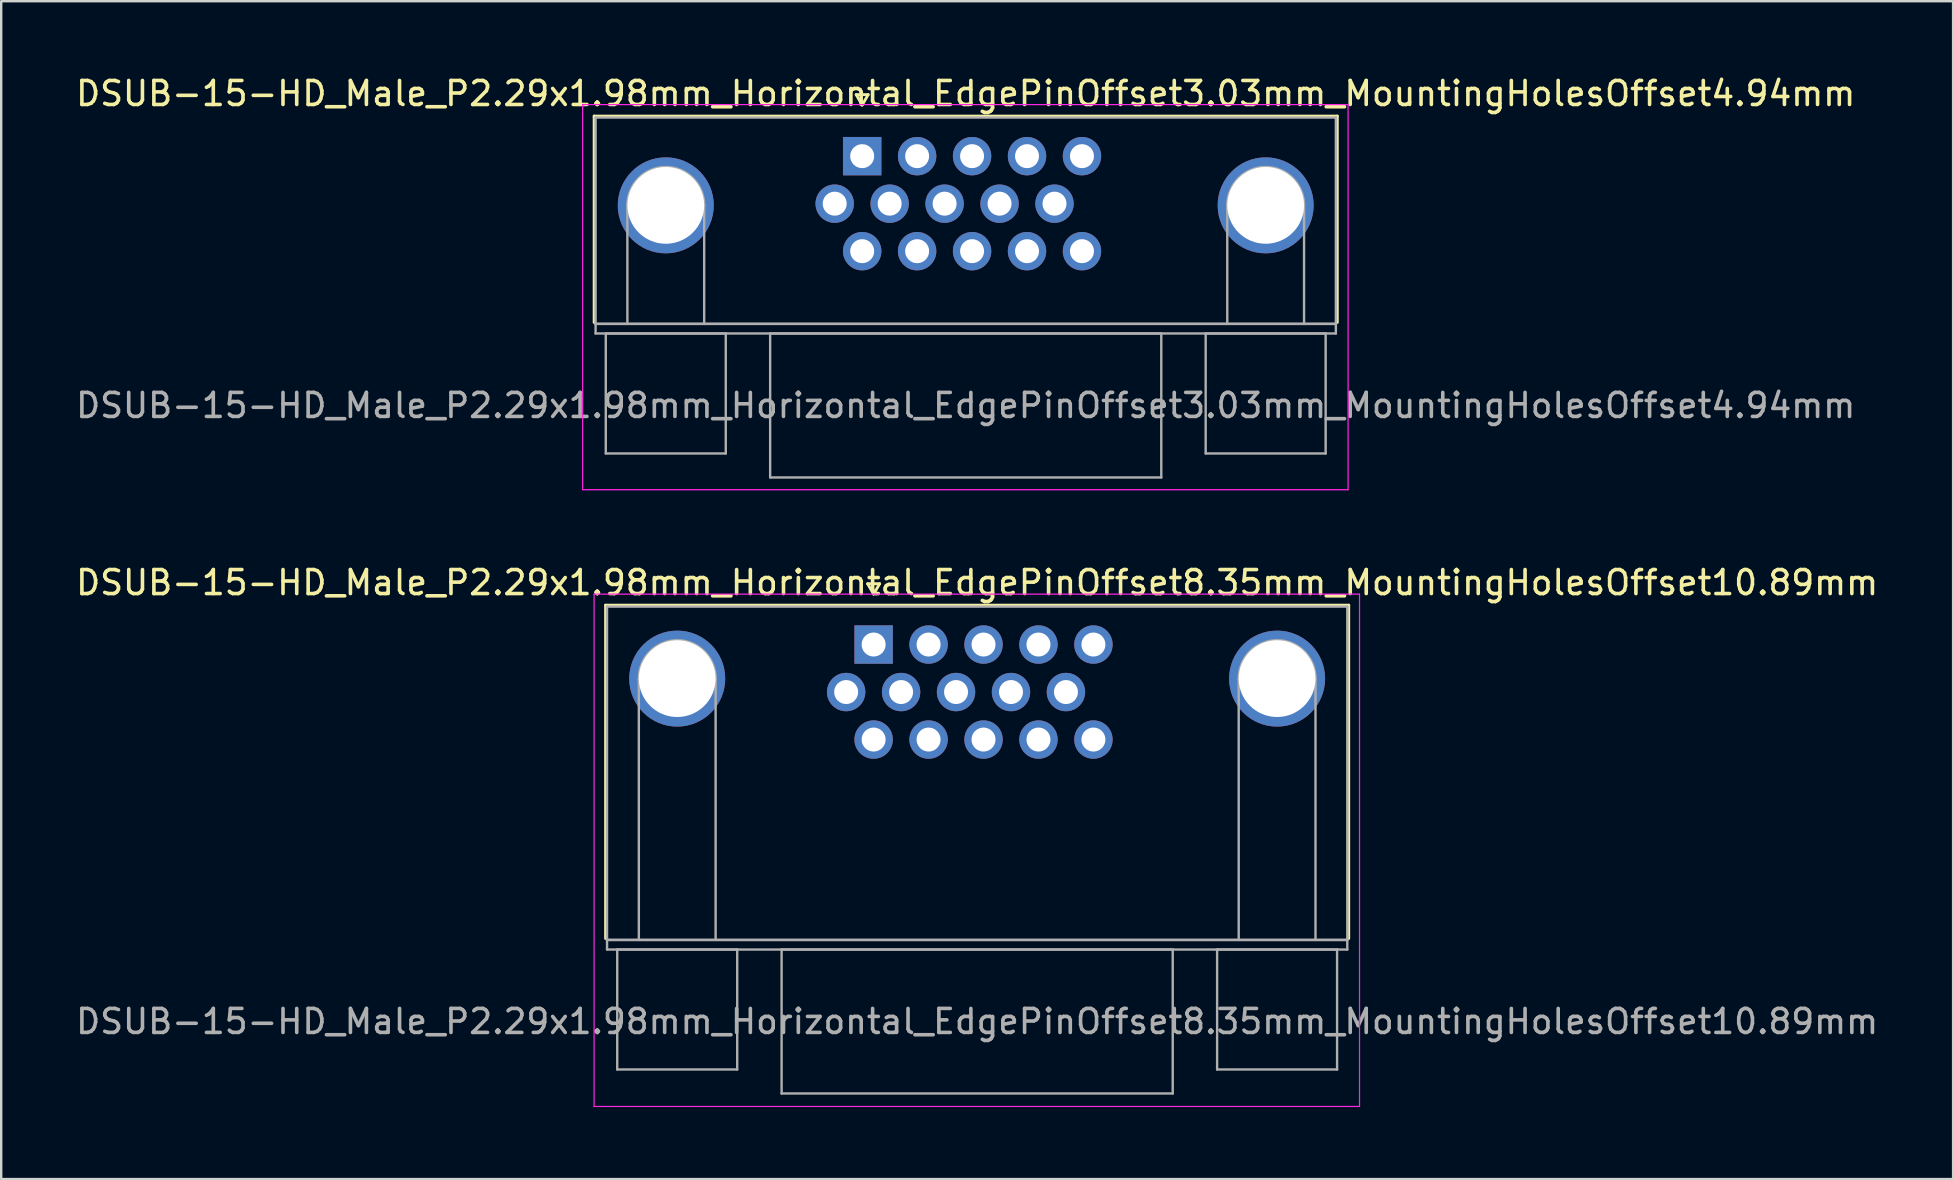
<source format=kicad_pcb>
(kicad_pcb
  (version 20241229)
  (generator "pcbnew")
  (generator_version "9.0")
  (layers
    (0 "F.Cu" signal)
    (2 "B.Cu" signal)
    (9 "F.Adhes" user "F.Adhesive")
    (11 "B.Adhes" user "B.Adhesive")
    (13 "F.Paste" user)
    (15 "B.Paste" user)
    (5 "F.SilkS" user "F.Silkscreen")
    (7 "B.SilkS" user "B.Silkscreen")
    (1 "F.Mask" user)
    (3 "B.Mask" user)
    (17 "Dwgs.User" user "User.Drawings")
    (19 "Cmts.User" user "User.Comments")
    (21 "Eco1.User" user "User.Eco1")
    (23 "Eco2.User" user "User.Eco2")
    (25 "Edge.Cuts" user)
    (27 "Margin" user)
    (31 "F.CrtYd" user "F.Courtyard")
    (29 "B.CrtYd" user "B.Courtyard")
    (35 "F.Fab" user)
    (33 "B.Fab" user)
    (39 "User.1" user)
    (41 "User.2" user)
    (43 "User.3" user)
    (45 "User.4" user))
  (footprint "DSUB-15-HD_Male_P2.29x1.98mm_Horizontal_EdgePinOffset3.03mm_MountingHolesOffset4.94mm"
    (layer "F.Cu")
    (at 32.881 3.458)
    (property "Reference" "DSUB-15-HD_Male_P2.29x1.98mm_Horizontal_EdgePinOffset3.03mm_MountingHolesOffset4.94mm" (at 4.315 -2.61 0) (layer "F.SilkS") (effects (font (size 1 1) (thickness 0.15))))
    (attr through_hole)
    (fp_line (start -11.17 -1.67) (end 19.8 -1.67) (stroke (width 0.12) (type solid)) (layer "F.SilkS"))
    (fp_line (start -11.17 6.93) (end -11.17 -1.67) (stroke (width 0.12) (type solid)) (layer "F.SilkS"))
    (fp_line (start -0.25 -2.564) (end 0.25 -2.564) (stroke (width 0.12) (type solid)) (layer "F.SilkS"))
    (fp_line (start 0 -2.131) (end -0.25 -2.564) (stroke (width 0.12) (type solid)) (layer "F.SilkS"))
    (fp_line (start 0.25 -2.564) (end 0 -2.131) (stroke (width 0.12) (type solid)) (layer "F.SilkS"))
    (fp_line (start 19.8 -1.67) (end 19.8 6.93) (stroke (width 0.12) (type solid)) (layer "F.SilkS"))
    (fp_line (start -11.65 -2.15) (end -11.65 13.9) (stroke (width 0.05) (type solid)) (layer "F.CrtYd"))
    (fp_line (start -11.65 13.9) (end 20.25 13.9) (stroke (width 0.05) (type solid)) (layer "F.CrtYd"))
    (fp_line (start 20.25 -2.15) (end -11.65 -2.15) (stroke (width 0.05) (type solid)) (layer "F.CrtYd"))
    (fp_line (start 20.25 13.9) (end 20.25 -2.15) (stroke (width 0.05) (type solid)) (layer "F.CrtYd"))
    (fp_line (start -11.11 -1.61) (end -11.11 6.99) (stroke (width 0.1) (type solid)) (layer "F.Fab"))
    (fp_line (start -11.11 6.99) (end -11.11 7.39) (stroke (width 0.1) (type solid)) (layer "F.Fab"))
    (fp_line (start -11.11 6.99) (end 19.74 6.99) (stroke (width 0.1) (type solid)) (layer "F.Fab"))
    (fp_line (start -11.11 7.39) (end 19.74 7.39) (stroke (width 0.1) (type solid)) (layer "F.Fab"))
    (fp_line (start -10.685 7.39) (end -10.685 12.39) (stroke (width 0.1) (type solid)) (layer "F.Fab"))
    (fp_line (start -10.685 12.39) (end -5.685 12.39) (stroke (width 0.1) (type solid)) (layer "F.Fab"))
    (fp_line (start -9.785 6.99) (end -9.785 2.05) (stroke (width 0.1) (type solid)) (layer "F.Fab"))
    (fp_line (start -6.585 6.99) (end -6.585 2.05) (stroke (width 0.1) (type solid)) (layer "F.Fab"))
    (fp_line (start -5.685 7.39) (end -10.685 7.39) (stroke (width 0.1) (type solid)) (layer "F.Fab"))
    (fp_line (start -5.685 12.39) (end -5.685 7.39) (stroke (width 0.1) (type solid)) (layer "F.Fab"))
    (fp_line (start -3.835 7.39) (end -3.835 13.39) (stroke (width 0.1) (type solid)) (layer "F.Fab"))
    (fp_line (start -3.835 13.39) (end 12.465 13.39) (stroke (width 0.1) (type solid)) (layer "F.Fab"))
    (fp_line (start 12.465 7.39) (end -3.835 7.39) (stroke (width 0.1) (type solid)) (layer "F.Fab"))
    (fp_line (start 12.465 13.39) (end 12.465 7.39) (stroke (width 0.1) (type solid)) (layer "F.Fab"))
    (fp_line (start 14.315 7.39) (end 14.315 12.39) (stroke (width 0.1) (type solid)) (layer "F.Fab"))
    (fp_line (start 14.315 12.39) (end 19.315 12.39) (stroke (width 0.1) (type solid)) (layer "F.Fab"))
    (fp_line (start 15.215 6.99) (end 15.215 2.05) (stroke (width 0.1) (type solid)) (layer "F.Fab"))
    (fp_line (start 18.415 6.99) (end 18.415 2.05) (stroke (width 0.1) (type solid)) (layer "F.Fab"))
    (fp_line (start 19.315 7.39) (end 14.315 7.39) (stroke (width 0.1) (type solid)) (layer "F.Fab"))
    (fp_line (start 19.315 12.39) (end 19.315 7.39) (stroke (width 0.1) (type solid)) (layer "F.Fab"))
    (fp_line (start 19.74 -1.61) (end -11.11 -1.61) (stroke (width 0.1) (type solid)) (layer "F.Fab"))
    (fp_line (start 19.74 6.99) (end -11.11 6.99) (stroke (width 0.1) (type solid)) (layer "F.Fab"))
    (fp_line (start 19.74 6.99) (end 19.74 -1.61) (stroke (width 0.1) (type solid)) (layer "F.Fab"))
    (fp_line (start 19.74 7.39) (end 19.74 6.99) (stroke (width 0.1) (type solid)) (layer "F.Fab"))
    (fp_arc (start -9.785 2.05) (mid -8.185 0.45) (end -6.585 2.05) (stroke (width 0.1) (type solid)) (layer "F.Fab"))
    (fp_arc (start 15.215 2.05) (mid 16.815 0.45) (end 18.415 2.05) (stroke (width 0.1) (type solid)) (layer "F.Fab"))
    (fp_text user "${REFERENCE}" (at 4.315 10.39 0) (layer "F.Fab") (effects (font (size 1 1) (thickness 0.15))))
    (pad "0" thru_hole circle (at -8.185 2.05) (size 4 4) (drill 3.2) (layers "*.Cu" "*.Mask"))
    (pad "0" thru_hole circle (at 16.815 2.05) (size 4 4) (drill 3.2) (layers "*.Cu" "*.Mask"))
    (pad "1" thru_hole rect (at 0 0) (size 1.6 1.6) (drill 1) (layers "*.Cu" "*.Mask"))
    (pad "2" thru_hole circle (at 2.29 0) (size 1.6 1.6) (drill 1) (layers "*.Cu" "*.Mask"))
    (pad "3" thru_hole circle (at 4.58 0) (size 1.6 1.6) (drill 1) (layers "*.Cu" "*.Mask"))
    (pad "4" thru_hole circle (at 6.87 0) (size 1.6 1.6) (drill 1) (layers "*.Cu" "*.Mask"))
    (pad "5" thru_hole circle (at 9.16 0) (size 1.6 1.6) (drill 1) (layers "*.Cu" "*.Mask"))
    (pad "6" thru_hole circle (at -1.145 1.98) (size 1.6 1.6) (drill 1) (layers "*.Cu" "*.Mask"))
    (pad "7" thru_hole circle (at 1.145 1.98) (size 1.6 1.6) (drill 1) (layers "*.Cu" "*.Mask"))
    (pad "8" thru_hole circle (at 3.435 1.98) (size 1.6 1.6) (drill 1) (layers "*.Cu" "*.Mask"))
    (pad "9" thru_hole circle (at 5.725 1.98) (size 1.6 1.6) (drill 1) (layers "*.Cu" "*.Mask"))
    (pad "10" thru_hole circle (at 8.015 1.98) (size 1.6 1.6) (drill 1) (layers "*.Cu" "*.Mask"))
    (pad "11" thru_hole circle (at 0 3.96) (size 1.6 1.6) (drill 1) (layers "*.Cu" "*.Mask"))
    (pad "12" thru_hole circle (at 2.29 3.96) (size 1.6 1.6) (drill 1) (layers "*.Cu" "*.Mask"))
    (pad "13" thru_hole circle (at 4.58 3.96) (size 1.6 1.6) (drill 1) (layers "*.Cu" "*.Mask"))
    (pad "14" thru_hole circle (at 6.87 3.96) (size 1.6 1.6) (drill 1) (layers "*.Cu" "*.Mask"))
    (pad "15" thru_hole circle (at 9.16 3.96) (size 1.6 1.6) (drill 1) (layers "*.Cu" "*.Mask")))
  (footprint "DSUB-15-HD_Male_P2.29x1.98mm_Horizontal_EdgePinOffset8.35mm_MountingHolesOffset10.89mm"
    (layer "F.Cu")
    (at 33.358 23.811)
    (property "Reference" "DSUB-15-HD_Male_P2.29x1.98mm_Horizontal_EdgePinOffset8.35mm_MountingHolesOffset10.89mm" (at 4.315 -2.58 0) (layer "F.SilkS") (effects (font (size 1 1) (thickness 0.15))))
    (attr through_hole)
    (fp_line (start -11.17 -1.64) (end 19.8 -1.64) (stroke (width 0.12) (type solid)) (layer "F.SilkS"))
    (fp_line (start -11.17 12.25) (end -11.17 -1.64) (stroke (width 0.12) (type solid)) (layer "F.SilkS"))
    (fp_line (start -0.25 -2.534) (end 0.25 -2.534) (stroke (width 0.12) (type solid)) (layer "F.SilkS"))
    (fp_line (start 0 -2.101) (end -0.25 -2.534) (stroke (width 0.12) (type solid)) (layer "F.SilkS"))
    (fp_line (start 0.25 -2.534) (end 0 -2.101) (stroke (width 0.12) (type solid)) (layer "F.SilkS"))
    (fp_line (start 19.8 -1.64) (end 19.8 12.25) (stroke (width 0.12) (type solid)) (layer "F.SilkS"))
    (fp_line (start -11.65 -2.1) (end -11.65 19.25) (stroke (width 0.05) (type solid)) (layer "F.CrtYd"))
    (fp_line (start -11.65 19.25) (end 20.25 19.25) (stroke (width 0.05) (type solid)) (layer "F.CrtYd"))
    (fp_line (start 20.25 -2.1) (end -11.65 -2.1) (stroke (width 0.05) (type solid)) (layer "F.CrtYd"))
    (fp_line (start 20.25 19.25) (end 20.25 -2.1) (stroke (width 0.05) (type solid)) (layer "F.CrtYd"))
    (fp_line (start -11.11 -1.58) (end -11.11 12.31) (stroke (width 0.1) (type solid)) (layer "F.Fab"))
    (fp_line (start -11.11 12.31) (end -11.11 12.71) (stroke (width 0.1) (type solid)) (layer "F.Fab"))
    (fp_line (start -11.11 12.31) (end 19.74 12.31) (stroke (width 0.1) (type solid)) (layer "F.Fab"))
    (fp_line (start -11.11 12.71) (end 19.74 12.71) (stroke (width 0.1) (type solid)) (layer "F.Fab"))
    (fp_line (start -10.685 12.71) (end -10.685 17.71) (stroke (width 0.1) (type solid)) (layer "F.Fab"))
    (fp_line (start -10.685 17.71) (end -5.685 17.71) (stroke (width 0.1) (type solid)) (layer "F.Fab"))
    (fp_line (start -9.785 12.31) (end -9.785 1.42) (stroke (width 0.1) (type solid)) (layer "F.Fab"))
    (fp_line (start -6.585 12.31) (end -6.585 1.42) (stroke (width 0.1) (type solid)) (layer "F.Fab"))
    (fp_line (start -5.685 12.71) (end -10.685 12.71) (stroke (width 0.1) (type solid)) (layer "F.Fab"))
    (fp_line (start -5.685 17.71) (end -5.685 12.71) (stroke (width 0.1) (type solid)) (layer "F.Fab"))
    (fp_line (start -3.835 12.71) (end -3.835 18.71) (stroke (width 0.1) (type solid)) (layer "F.Fab"))
    (fp_line (start -3.835 18.71) (end 12.465 18.71) (stroke (width 0.1) (type solid)) (layer "F.Fab"))
    (fp_line (start 12.465 12.71) (end -3.835 12.71) (stroke (width 0.1) (type solid)) (layer "F.Fab"))
    (fp_line (start 12.465 18.71) (end 12.465 12.71) (stroke (width 0.1) (type solid)) (layer "F.Fab"))
    (fp_line (start 14.315 12.71) (end 14.315 17.71) (stroke (width 0.1) (type solid)) (layer "F.Fab"))
    (fp_line (start 14.315 17.71) (end 19.315 17.71) (stroke (width 0.1) (type solid)) (layer "F.Fab"))
    (fp_line (start 15.215 12.31) (end 15.215 1.42) (stroke (width 0.1) (type solid)) (layer "F.Fab"))
    (fp_line (start 18.415 12.31) (end 18.415 1.42) (stroke (width 0.1) (type solid)) (layer "F.Fab"))
    (fp_line (start 19.315 12.71) (end 14.315 12.71) (stroke (width 0.1) (type solid)) (layer "F.Fab"))
    (fp_line (start 19.315 17.71) (end 19.315 12.71) (stroke (width 0.1) (type solid)) (layer "F.Fab"))
    (fp_line (start 19.74 -1.58) (end -11.11 -1.58) (stroke (width 0.1) (type solid)) (layer "F.Fab"))
    (fp_line (start 19.74 12.31) (end -11.11 12.31) (stroke (width 0.1) (type solid)) (layer "F.Fab"))
    (fp_line (start 19.74 12.31) (end 19.74 -1.58) (stroke (width 0.1) (type solid)) (layer "F.Fab"))
    (fp_line (start 19.74 12.71) (end 19.74 12.31) (stroke (width 0.1) (type solid)) (layer "F.Fab"))
    (fp_arc (start -9.785 1.42) (mid -8.185 -0.18) (end -6.585 1.42) (stroke (width 0.1) (type solid)) (layer "F.Fab"))
    (fp_arc (start 15.215 1.42) (mid 16.815 -0.18) (end 18.415 1.42) (stroke (width 0.1) (type solid)) (layer "F.Fab"))
    (fp_text user "${REFERENCE}" (at 4.315 15.71 0) (layer "F.Fab") (effects (font (size 1 1) (thickness 0.15))))
    (pad "0" thru_hole circle (at -8.185 1.42) (size 4 4) (drill 3.2) (layers "*.Cu" "*.Mask"))
    (pad "0" thru_hole circle (at 16.815 1.42) (size 4 4) (drill 3.2) (layers "*.Cu" "*.Mask"))
    (pad "1" thru_hole rect (at 0 0) (size 1.6 1.6) (drill 1) (layers "*.Cu" "*.Mask"))
    (pad "2" thru_hole circle (at 2.29 0) (size 1.6 1.6) (drill 1) (layers "*.Cu" "*.Mask"))
    (pad "3" thru_hole circle (at 4.58 0) (size 1.6 1.6) (drill 1) (layers "*.Cu" "*.Mask"))
    (pad "4" thru_hole circle (at 6.87 0) (size 1.6 1.6) (drill 1) (layers "*.Cu" "*.Mask"))
    (pad "5" thru_hole circle (at 9.16 0) (size 1.6 1.6) (drill 1) (layers "*.Cu" "*.Mask"))
    (pad "6" thru_hole circle (at -1.145 1.98) (size 1.6 1.6) (drill 1) (layers "*.Cu" "*.Mask"))
    (pad "7" thru_hole circle (at 1.145 1.98) (size 1.6 1.6) (drill 1) (layers "*.Cu" "*.Mask"))
    (pad "8" thru_hole circle (at 3.435 1.98) (size 1.6 1.6) (drill 1) (layers "*.Cu" "*.Mask"))
    (pad "9" thru_hole circle (at 5.725 1.98) (size 1.6 1.6) (drill 1) (layers "*.Cu" "*.Mask"))
    (pad "10" thru_hole circle (at 8.015 1.98) (size 1.6 1.6) (drill 1) (layers "*.Cu" "*.Mask"))
    (pad "11" thru_hole circle (at 0 3.96) (size 1.6 1.6) (drill 1) (layers "*.Cu" "*.Mask"))
    (pad "12" thru_hole circle (at 2.29 3.96) (size 1.6 1.6) (drill 1) (layers "*.Cu" "*.Mask"))
    (pad "13" thru_hole circle (at 4.58 3.96) (size 1.6 1.6) (drill 1) (layers "*.Cu" "*.Mask"))
    (pad "14" thru_hole circle (at 6.87 3.96) (size 1.6 1.6) (drill 1) (layers "*.Cu" "*.Mask"))
    (pad "15" thru_hole circle (at 9.16 3.96) (size 1.6 1.6) (drill 1) (layers "*.Cu" "*.Mask")))
  (gr_rect
    (start -3 -3)
    (end 78.345 46.087)
    (stroke (width 0.1) (type default))
    (fill no)
    (layer "Edge.Cuts")))
</source>
